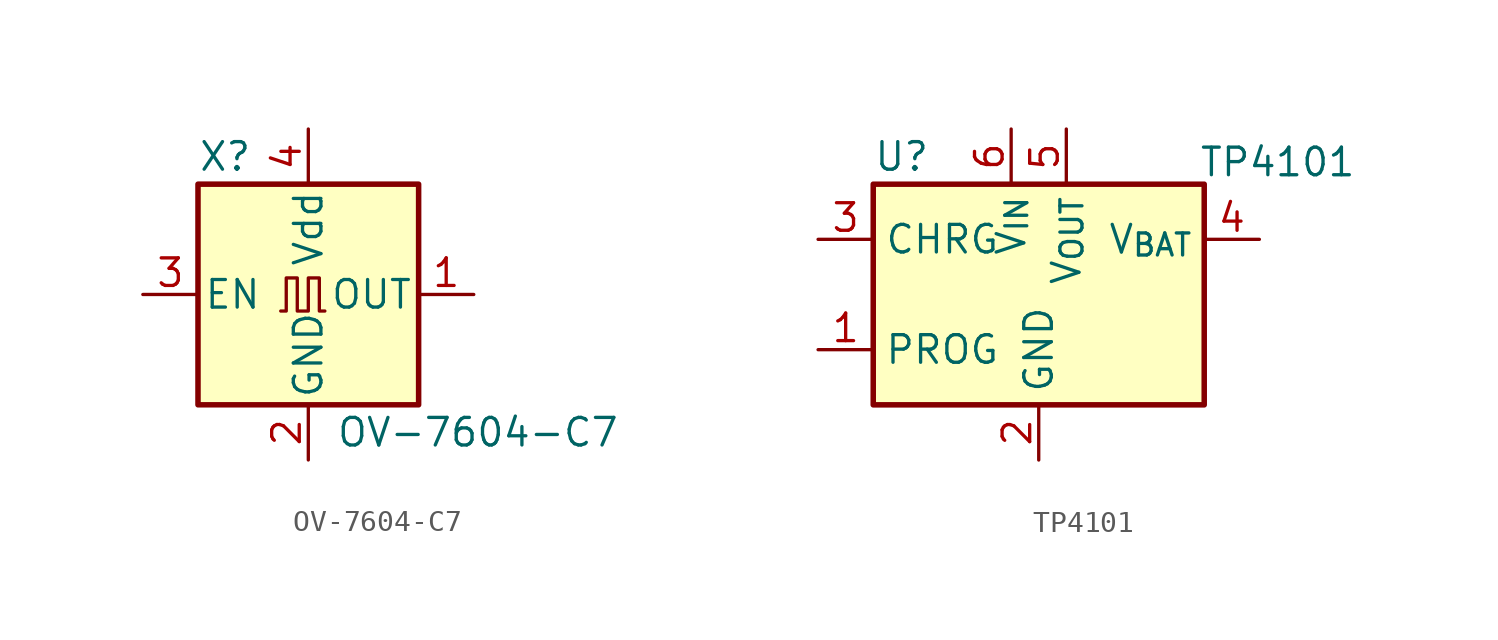
<source format=kicad_sym>
(kicad_symbol_lib
  (version 20231120)
  (generator "kicad_symbol_editor")
  (generator_version "8.0")
  (symbol "OV-7604-C7"
    (pin_names
      (offset 0.254))
    (property "Reference" "X"
      (at -5.08 6.35 0)
      (effects (font (size 1.27 1.27)) (justify left)))
    (property "Value" "OV-7604-C7"
      (at 1.27 -6.35 0)
      (effects (font (size 1.27 1.27)) (justify left)))
    (symbol "OV-7604-C7_0_1"
      (rectangle (start -5.08 5.08) (end 5.08 -5.08) (stroke (width 0.254) (type default)) (fill (type background)))
      (polyline (pts (xy -1.27 -0.762) (xy -1.016 -0.762) (xy -1.016 0.762) (xy -0.508 0.762) (xy -0.508 -0.762) (xy 0 -0.762) (xy 0 0.762) (xy 0.508 0.762) (xy 0.508 -0.762) (xy 0.762 -0.762)) (stroke (width 0) (type default)) (fill (type none))))
    (symbol "OV-7604-C7_1_1"
      (pin output line (at 7.62 0 180) (length 2.54) (name "OUT" (effects (font (size 1.27 1.27)))) (number "1" (effects (font (size 1.27 1.27)))))
      (pin power_in line (at 0 -7.62 90) (length 2.54) (name "GND" (effects (font (size 1.27 1.27)))) (number "2" (effects (font (size 1.27 1.27)))))
      (pin input line (at -7.62 0 0) (length 2.54) (name "EN" (effects (font (size 1.27 1.27)))) (number "3" (effects (font (size 1.27 1.27)))))
      (pin power_in line (at 0 7.62 270) (length 2.54) (name "Vdd" (effects (font (size 1.27 1.27)))) (number "4" (effects (font (size 1.27 1.27)))))))
  (symbol "TP4101"
    (property "Reference" "U"
      (at -7.62 6.35 0)
      (effects (font (size 1.27 1.27)) (justify left)))
    (property "Value" "TP4101"
      (at 7.366 6.096 0)
      (effects (font (size 1.27 1.27)) (justify left)))
    (symbol "TP4101_0_1"
      (rectangle (start -7.62 5.08) (end 7.62 -5.08) (stroke (width 0.254) (type default)) (fill (type background))))
    (symbol "TP4101_1_1"
      (pin input line (at -10.16 -2.54 0) (length 2.54) (name "PROG" (effects (font (size 1.27 1.27)))) (number "1" (effects (font (size 1.27 1.27)))))
      (pin power_in line (at 0 -7.62 90) (length 2.54) (name "GND" (effects (font (size 1.27 1.27)))) (number "2" (effects (font (size 1.27 1.27)))))
      (pin tri_state line (at -10.16 2.54 0) (length 2.54) (name "CHRG" (effects (font (size 1.27 1.27)))) (number "3" (effects (font (size 1.27 1.27)))))
      (pin bidirectional line (at 10.16 2.54 180) (length 2.54) (name "V_{BAT}" (effects (font (size 1.27 1.27)))) (number "4" (effects (font (size 1.27 1.27)))))
      (pin power_out line (at 1.27 7.62 270) (length 2.54) (name "V_{OUT}" (effects (font (size 1.27 1.27)))) (number "5" (effects (font (size 1.27 1.27)))))
      (pin power_in line (at -1.27 7.62 270) (length 2.54) (name "V_{IN}" (effects (font (size 1.27 1.27)))) (number "6" (effects (font (size 1.27 1.27))))))))
</source>
